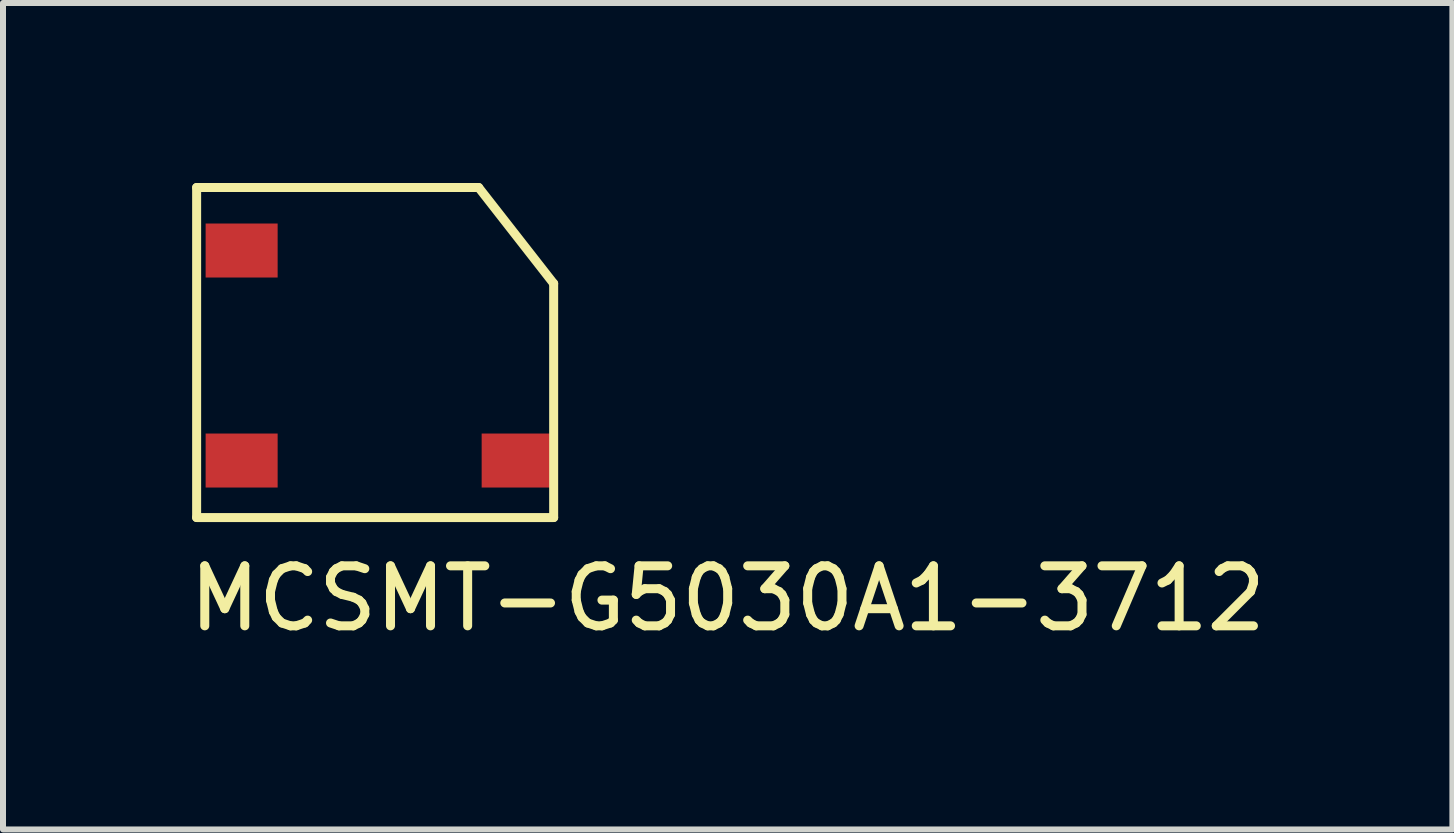
<source format=kicad_pcb>
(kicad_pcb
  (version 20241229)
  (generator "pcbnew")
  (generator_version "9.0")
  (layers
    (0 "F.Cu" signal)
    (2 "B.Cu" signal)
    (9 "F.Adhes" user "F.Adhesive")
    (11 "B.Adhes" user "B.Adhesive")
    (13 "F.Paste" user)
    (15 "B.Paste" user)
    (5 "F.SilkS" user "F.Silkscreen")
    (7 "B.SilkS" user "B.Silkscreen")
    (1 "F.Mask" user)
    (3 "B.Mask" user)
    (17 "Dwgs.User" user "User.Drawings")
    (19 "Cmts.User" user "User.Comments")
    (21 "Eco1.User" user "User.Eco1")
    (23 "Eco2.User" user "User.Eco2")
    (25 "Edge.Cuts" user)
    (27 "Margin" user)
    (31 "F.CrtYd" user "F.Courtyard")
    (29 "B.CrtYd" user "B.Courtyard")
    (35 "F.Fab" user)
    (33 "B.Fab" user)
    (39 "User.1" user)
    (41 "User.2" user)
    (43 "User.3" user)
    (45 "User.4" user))
  (footprint "MCSMT-G5030A1-3712"
    (layer "F.Cu")
    (at 0.477 4.975)
    (property "Reference" "MCSMT-G5030A1-3712" (at 8.6 1.95 0) (layer "F.SilkS") (effects (font (size 1 1) (thickness 0.15))))
    (attr through_hole)
    (fp_line (start -0.25 -4.9) (end -0.25 0.6) (stroke (width 0.15) (type solid)) (layer "F.SilkS"))
    (fp_line (start -0.25 0.6) (end 5.7 0.6) (stroke (width 0.15) (type solid)) (layer "F.SilkS"))
    (fp_line (start 4.45 -4.9) (end -0.25 -4.9) (stroke (width 0.15) (type solid)) (layer "F.SilkS"))
    (fp_line (start 5.7 -3.3) (end 4.45 -4.9) (stroke (width 0.15) (type solid)) (layer "F.SilkS"))
    (fp_line (start 5.7 0.6) (end 5.7 -3.3) (stroke (width 0.15) (type solid)) (layer "F.SilkS"))
    (pad "1" smd rect (at 0.5 -3.85) (size 1.2 0.9) (layers "F.Cu" "F.Mask" "F.Paste"))
    (pad "2" smd rect (at 5.1 -0.35) (size 1.2 0.9) (layers "F.Cu" "F.Mask" "F.Paste"))
    (pad "3" smd rect (at 0.5 -0.35) (size 1.2 0.9) (layers "F.Cu" "F.Mask" "F.Paste")))
  (gr_rect
    (start -3 -3)
    (end 21.155 10.773)
    (stroke (width 0.1) (type default))
    (fill no)
    (layer "Edge.Cuts")))
</source>
